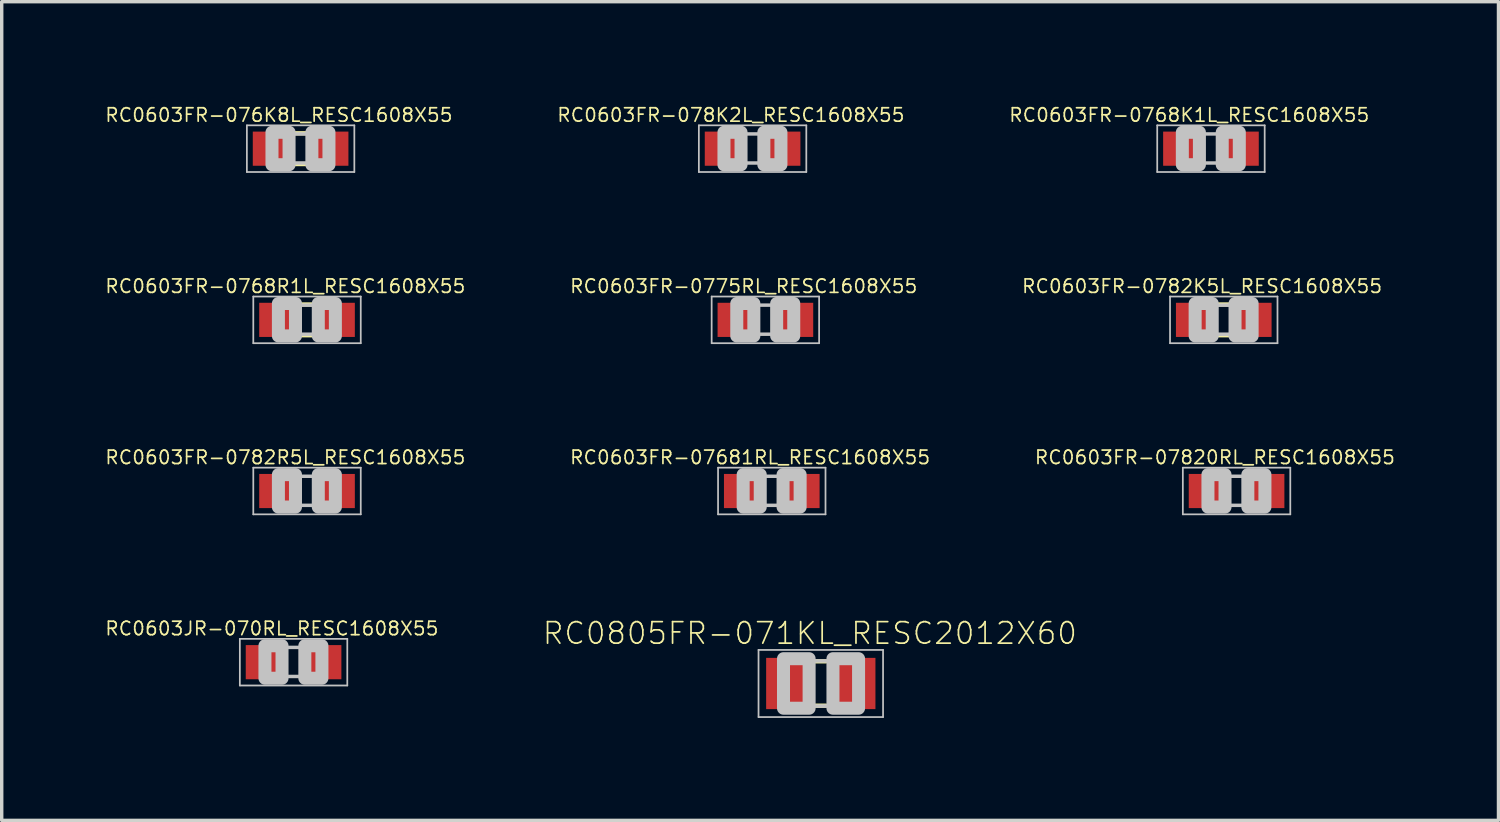
<source format=kicad_pcb>
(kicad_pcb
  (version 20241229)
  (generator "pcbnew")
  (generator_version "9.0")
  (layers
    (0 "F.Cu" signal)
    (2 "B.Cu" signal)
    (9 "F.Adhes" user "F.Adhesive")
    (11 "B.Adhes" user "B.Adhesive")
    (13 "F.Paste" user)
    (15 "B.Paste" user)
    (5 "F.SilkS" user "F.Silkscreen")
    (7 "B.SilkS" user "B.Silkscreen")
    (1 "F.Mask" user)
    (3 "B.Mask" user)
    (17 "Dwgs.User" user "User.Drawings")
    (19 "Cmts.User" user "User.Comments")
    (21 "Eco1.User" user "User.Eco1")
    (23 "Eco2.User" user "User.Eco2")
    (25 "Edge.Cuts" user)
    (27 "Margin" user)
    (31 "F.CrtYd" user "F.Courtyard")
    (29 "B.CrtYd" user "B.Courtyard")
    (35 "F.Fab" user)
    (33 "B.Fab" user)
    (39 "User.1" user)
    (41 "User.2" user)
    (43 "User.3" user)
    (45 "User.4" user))
  (footprint "RC0603FR-0775RL_RESC1608X55"
    (layer "F.Cu")
    (at 19.359 6.315)
    (property "Reference" "RC0603FR-0775RL_RESC1608X55" (at -0.635 -0.985 0) (layer "F.SilkS") (effects (font (size 0.394 0.394) (thickness 0.05))))
    (attr smd)
    (fp_line (start -1.573 -0.683) (end 1.573 -0.683) (stroke (width 0.051) (type solid)) (layer "Dwgs.User"))
    (fp_line (start -1.573 0.683) (end -1.573 -0.683) (stroke (width 0.051) (type solid)) (layer "Dwgs.User"))
    (fp_line (start -0.356 -0.432) (end 0.356 -0.432) (stroke (width 0.102) (type solid)) (layer "Dwgs.User"))
    (fp_line (start -0.356 0.419) (end 0.356 0.419) (stroke (width 0.102) (type solid)) (layer "Dwgs.User"))
    (fp_line (start 1.573 -0.683) (end 1.573 0.683) (stroke (width 0.051) (type solid)) (layer "Dwgs.User"))
    (fp_line (start 1.573 0.683) (end -1.573 0.683) (stroke (width 0.051) (type solid)) (layer "Dwgs.User"))
    (fp_poly (pts (xy -0.838 -0.48) (xy -0.338 -0.48) (xy -0.338 0.47) (xy -0.838 0.47)) (stroke (width 0.381) (type solid)) (fill no) (layer "Dwgs.User"))
    (fp_poly (pts (xy 0.33 -0.48) (xy 0.83 -0.48) (xy 0.83 0.47) (xy 0.33 0.47)) (stroke (width 0.381) (type solid)) (fill no) (layer "Dwgs.User"))
    (pad "1" smd rect (at -0.85 0) (size 1.1 1) (layers "F.Cu" "F.Mask" "F.Paste"))
    (pad "2" smd rect (at 0.85 0) (size 1.1 1) (layers "F.Cu" "F.Mask" "F.Paste")))
  (footprint "RC0603FR-0782K5L_RESC1608X55"
    (layer "F.Cu")
    (at 32.779 6.315)
    (property "Reference" "RC0603FR-0782K5L_RESC1608X55" (at -0.635 -0.985 0) (layer "F.SilkS") (effects (font (size 0.394 0.394) (thickness 0.05))))
    (attr smd)
    (fp_line (start -0.15 -0.45) (end 0.15 -0.45) (stroke (width 0.127) (type solid)) (layer "F.SilkS"))
    (fp_line (start -0.15 0.45) (end 0.15 0.45) (stroke (width 0.127) (type solid)) (layer "F.SilkS"))
    (fp_line (start -1.573 -0.683) (end 1.573 -0.683) (stroke (width 0.051) (type solid)) (layer "Dwgs.User"))
    (fp_line (start -1.573 0.683) (end -1.573 -0.683) (stroke (width 0.051) (type solid)) (layer "Dwgs.User"))
    (fp_line (start -0.356 -0.432) (end 0.356 -0.432) (stroke (width 0.102) (type solid)) (layer "Dwgs.User"))
    (fp_line (start -0.356 0.419) (end 0.356 0.419) (stroke (width 0.102) (type solid)) (layer "Dwgs.User"))
    (fp_line (start 1.573 -0.683) (end 1.573 0.683) (stroke (width 0.051) (type solid)) (layer "Dwgs.User"))
    (fp_line (start 1.573 0.683) (end -1.573 0.683) (stroke (width 0.051) (type solid)) (layer "Dwgs.User"))
    (fp_poly (pts (xy -0.838 -0.48) (xy -0.338 -0.48) (xy -0.338 0.47) (xy -0.838 0.47)) (stroke (width 0.381) (type solid)) (fill no) (layer "Dwgs.User"))
    (fp_poly (pts (xy 0.33 -0.48) (xy 0.83 -0.48) (xy 0.83 0.47) (xy 0.33 0.47)) (stroke (width 0.381) (type solid)) (fill no) (layer "Dwgs.User"))
    (pad "1" smd rect (at -0.85 0) (size 1.1 1) (layers "F.Cu" "F.Mask" "F.Paste"))
    (pad "2" smd rect (at 0.85 0) (size 1.1 1) (layers "F.Cu" "F.Mask" "F.Paste")))
  (footprint "RC0603FR-0768R1L_RESC1608X55"
    (layer "F.Cu")
    (at 5.939 6.315)
    (property "Reference" "RC0603FR-0768R1L_RESC1608X55" (at -0.635 -0.985 0) (layer "F.SilkS") (effects (font (size 0.394 0.394) (thickness 0.05))))
    (attr smd)
    (fp_line (start -0.15 -0.45) (end 0.15 -0.45) (stroke (width 0.127) (type solid)) (layer "F.SilkS"))
    (fp_line (start -0.15 0.45) (end 0.15 0.45) (stroke (width 0.127) (type solid)) (layer "F.SilkS"))
    (fp_line (start -1.573 -0.683) (end 1.573 -0.683) (stroke (width 0.051) (type solid)) (layer "Dwgs.User"))
    (fp_line (start -1.573 0.683) (end -1.573 -0.683) (stroke (width 0.051) (type solid)) (layer "Dwgs.User"))
    (fp_line (start -0.356 -0.432) (end 0.356 -0.432) (stroke (width 0.102) (type solid)) (layer "Dwgs.User"))
    (fp_line (start -0.356 0.419) (end 0.356 0.419) (stroke (width 0.102) (type solid)) (layer "Dwgs.User"))
    (fp_line (start 1.573 -0.683) (end 1.573 0.683) (stroke (width 0.051) (type solid)) (layer "Dwgs.User"))
    (fp_line (start 1.573 0.683) (end -1.573 0.683) (stroke (width 0.051) (type solid)) (layer "Dwgs.User"))
    (fp_poly (pts (xy -0.838 -0.48) (xy -0.338 -0.48) (xy -0.338 0.47) (xy -0.838 0.47)) (stroke (width 0.381) (type solid)) (fill no) (layer "Dwgs.User"))
    (fp_poly (pts (xy 0.33 -0.48) (xy 0.83 -0.48) (xy 0.83 0.47) (xy 0.33 0.47)) (stroke (width 0.381) (type solid)) (fill no) (layer "Dwgs.User"))
    (pad "1" smd rect (at -0.85 0) (size 1.1 1) (layers "F.Cu" "F.Mask" "F.Paste"))
    (pad "2" smd rect (at 0.85 0) (size 1.1 1) (layers "F.Cu" "F.Mask" "F.Paste")))
  (footprint "RC0603FR-078K2L_RESC1608X55"
    (layer "F.Cu")
    (at 18.984 1.303)
    (property "Reference" "RC0603FR-078K2L_RESC1608X55" (at -0.635 -0.985 0) (layer "F.SilkS") (effects (font (size 0.394 0.394) (thickness 0.05))))
    (attr smd)
    (fp_line (start -1.573 -0.683) (end 1.573 -0.683) (stroke (width 0.051) (type solid)) (layer "Dwgs.User"))
    (fp_line (start -1.573 0.683) (end -1.573 -0.683) (stroke (width 0.051) (type solid)) (layer "Dwgs.User"))
    (fp_line (start -0.356 -0.432) (end 0.356 -0.432) (stroke (width 0.102) (type solid)) (layer "Dwgs.User"))
    (fp_line (start -0.356 0.419) (end 0.356 0.419) (stroke (width 0.102) (type solid)) (layer "Dwgs.User"))
    (fp_line (start 1.573 -0.683) (end 1.573 0.683) (stroke (width 0.051) (type solid)) (layer "Dwgs.User"))
    (fp_line (start 1.573 0.683) (end -1.573 0.683) (stroke (width 0.051) (type solid)) (layer "Dwgs.User"))
    (fp_poly (pts (xy -0.838 -0.48) (xy -0.338 -0.48) (xy -0.338 0.47) (xy -0.838 0.47)) (stroke (width 0.381) (type solid)) (fill no) (layer "Dwgs.User"))
    (fp_poly (pts (xy 0.33 -0.48) (xy 0.83 -0.48) (xy 0.83 0.47) (xy 0.33 0.47)) (stroke (width 0.381) (type solid)) (fill no) (layer "Dwgs.User"))
    (pad "1" smd rect (at -0.85 0) (size 1.1 1) (layers "F.Cu" "F.Mask" "F.Paste"))
    (pad "2" smd rect (at 0.85 0) (size 1.1 1) (layers "F.Cu" "F.Mask" "F.Paste")))
  (footprint "RC0805FR-071KL_RESC2012X60"
    (layer "F.Cu")
    (at 20.981 16.961)
    (property "Reference" "RC0805FR-071KL_RESC2012X60" (at -0.32 -1.47 0) (layer "F.SilkS") (effects (font (size 0.63 0.63) (thickness 0.05))))
    (attr smd)
    (fp_line (start -0.15 -0.65) (end 0.15 -0.65) (stroke (width 0.127) (type solid)) (layer "F.SilkS"))
    (fp_line (start -0.15 0.65) (end 0.15 0.65) (stroke (width 0.127) (type solid)) (layer "F.SilkS"))
    (fp_line (start -1.823 -0.983) (end 1.823 -0.983) (stroke (width 0.051) (type solid)) (layer "Dwgs.User"))
    (fp_line (start -1.823 0.983) (end -1.823 -0.983) (stroke (width 0.051) (type solid)) (layer "Dwgs.User"))
    (fp_line (start -0.381 -0.66) (end 0.381 -0.66) (stroke (width 0.102) (type solid)) (layer "Dwgs.User"))
    (fp_line (start -0.356 0.66) (end 0.381 0.66) (stroke (width 0.102) (type solid)) (layer "Dwgs.User"))
    (fp_line (start 1.823 -0.983) (end 1.823 0.983) (stroke (width 0.051) (type solid)) (layer "Dwgs.User"))
    (fp_line (start 1.823 0.983) (end -1.823 0.983) (stroke (width 0.051) (type solid)) (layer "Dwgs.User"))
    (fp_poly (pts (xy -1.092 -0.726) (xy -0.342 -0.726) (xy -0.342 0.724) (xy -1.092 0.724)) (stroke (width 0.381) (type solid)) (fill no) (layer "Dwgs.User"))
    (fp_poly (pts (xy 0.356 -0.726) (xy 1.106 -0.726) (xy 1.106 0.724) (xy 0.356 0.724)) (stroke (width 0.381) (type solid)) (fill no) (layer "Dwgs.User"))
    (pad "1" smd rect (at -0.95 0) (size 1.3 1.5) (layers "F.Cu" "F.Mask" "F.Paste"))
    (pad "2" smd rect (at 0.95 0) (size 1.3 1.5) (layers "F.Cu" "F.Mask" "F.Paste")))
  (footprint "RC0603JR-070RL_RESC1608X55"
    (layer "F.Cu")
    (at 5.545 16.337)
    (property "Reference" "RC0603JR-070RL_RESC1608X55" (at -0.635 -0.985 0) (layer "F.SilkS") (effects (font (size 0.394 0.394) (thickness 0.05))))
    (attr smd)
    (fp_line (start -1.573 -0.683) (end 1.573 -0.683) (stroke (width 0.051) (type solid)) (layer "Dwgs.User"))
    (fp_line (start -1.573 0.683) (end -1.573 -0.683) (stroke (width 0.051) (type solid)) (layer "Dwgs.User"))
    (fp_line (start -0.356 -0.432) (end 0.356 -0.432) (stroke (width 0.102) (type solid)) (layer "Dwgs.User"))
    (fp_line (start -0.356 0.419) (end 0.356 0.419) (stroke (width 0.102) (type solid)) (layer "Dwgs.User"))
    (fp_line (start 1.573 -0.683) (end 1.573 0.683) (stroke (width 0.051) (type solid)) (layer "Dwgs.User"))
    (fp_line (start 1.573 0.683) (end -1.573 0.683) (stroke (width 0.051) (type solid)) (layer "Dwgs.User"))
    (fp_poly (pts (xy -0.838 -0.48) (xy -0.338 -0.48) (xy -0.338 0.47) (xy -0.838 0.47)) (stroke (width 0.381) (type solid)) (fill no) (layer "Dwgs.User"))
    (fp_poly (pts (xy 0.33 -0.48) (xy 0.83 -0.48) (xy 0.83 0.47) (xy 0.33 0.47)) (stroke (width 0.381) (type solid)) (fill no) (layer "Dwgs.User"))
    (pad "1" smd rect (at -0.85 0) (size 1.1 1) (layers "F.Cu" "F.Mask" "F.Paste"))
    (pad "2" smd rect (at 0.85 0) (size 1.1 1) (layers "F.Cu" "F.Mask" "F.Paste")))
  (footprint "RC0603FR-076K8L_RESC1608X55"
    (layer "F.Cu")
    (at 5.751 1.303)
    (property "Reference" "RC0603FR-076K8L_RESC1608X55" (at -0.635 -0.985 0) (layer "F.SilkS") (effects (font (size 0.394 0.394) (thickness 0.05))))
    (attr smd)
    (fp_line (start -0.15 -0.45) (end 0.15 -0.45) (stroke (width 0.127) (type solid)) (layer "F.SilkS"))
    (fp_line (start -0.15 0.45) (end 0.15 0.45) (stroke (width 0.127) (type solid)) (layer "F.SilkS"))
    (fp_line (start -1.573 -0.683) (end 1.573 -0.683) (stroke (width 0.051) (type solid)) (layer "Dwgs.User"))
    (fp_line (start -1.573 0.683) (end -1.573 -0.683) (stroke (width 0.051) (type solid)) (layer "Dwgs.User"))
    (fp_line (start -0.356 -0.432) (end 0.356 -0.432) (stroke (width 0.102) (type solid)) (layer "Dwgs.User"))
    (fp_line (start -0.356 0.419) (end 0.356 0.419) (stroke (width 0.102) (type solid)) (layer "Dwgs.User"))
    (fp_line (start 1.573 -0.683) (end 1.573 0.683) (stroke (width 0.051) (type solid)) (layer "Dwgs.User"))
    (fp_line (start 1.573 0.683) (end -1.573 0.683) (stroke (width 0.051) (type solid)) (layer "Dwgs.User"))
    (fp_poly (pts (xy -0.838 -0.48) (xy -0.338 -0.48) (xy -0.338 0.47) (xy -0.838 0.47)) (stroke (width 0.381) (type solid)) (fill no) (layer "Dwgs.User"))
    (fp_poly (pts (xy 0.33 -0.48) (xy 0.83 -0.48) (xy 0.83 0.47) (xy 0.33 0.47)) (stroke (width 0.381) (type solid)) (fill no) (layer "Dwgs.User"))
    (pad "1" smd rect (at -0.85 0) (size 1.1 1) (layers "F.Cu" "F.Mask" "F.Paste"))
    (pad "2" smd rect (at 0.85 0) (size 1.1 1) (layers "F.Cu" "F.Mask" "F.Paste")))
  (footprint "RC0603FR-0782R5L_RESC1608X55"
    (layer "F.Cu")
    (at 5.939 11.326)
    (property "Reference" "RC0603FR-0782R5L_RESC1608X55" (at -0.635 -0.985 0) (layer "F.SilkS") (effects (font (size 0.394 0.394) (thickness 0.05))))
    (attr smd)
    (fp_line (start -1.573 -0.683) (end 1.573 -0.683) (stroke (width 0.051) (type solid)) (layer "Dwgs.User"))
    (fp_line (start -1.573 0.683) (end -1.573 -0.683) (stroke (width 0.051) (type solid)) (layer "Dwgs.User"))
    (fp_line (start -0.356 -0.432) (end 0.356 -0.432) (stroke (width 0.102) (type solid)) (layer "Dwgs.User"))
    (fp_line (start -0.356 0.419) (end 0.356 0.419) (stroke (width 0.102) (type solid)) (layer "Dwgs.User"))
    (fp_line (start 1.573 -0.683) (end 1.573 0.683) (stroke (width 0.051) (type solid)) (layer "Dwgs.User"))
    (fp_line (start 1.573 0.683) (end -1.573 0.683) (stroke (width 0.051) (type solid)) (layer "Dwgs.User"))
    (fp_poly (pts (xy -0.838 -0.48) (xy -0.338 -0.48) (xy -0.338 0.47) (xy -0.838 0.47)) (stroke (width 0.381) (type solid)) (fill no) (layer "Dwgs.User"))
    (fp_poly (pts (xy 0.33 -0.48) (xy 0.83 -0.48) (xy 0.83 0.47) (xy 0.33 0.47)) (stroke (width 0.381) (type solid)) (fill no) (layer "Dwgs.User"))
    (pad "1" smd rect (at -0.85 0) (size 1.1 1) (layers "F.Cu" "F.Mask" "F.Paste"))
    (pad "2" smd rect (at 0.85 0) (size 1.1 1) (layers "F.Cu" "F.Mask" "F.Paste")))
  (footprint "RC0603FR-0768K1L_RESC1608X55"
    (layer "F.Cu")
    (at 32.404 1.303)
    (property "Reference" "RC0603FR-0768K1L_RESC1608X55" (at -0.635 -0.985 0) (layer "F.SilkS") (effects (font (size 0.394 0.394) (thickness 0.05))))
    (attr smd)
    (fp_line (start -1.573 -0.683) (end 1.573 -0.683) (stroke (width 0.051) (type solid)) (layer "Dwgs.User"))
    (fp_line (start -1.573 0.683) (end -1.573 -0.683) (stroke (width 0.051) (type solid)) (layer "Dwgs.User"))
    (fp_line (start -0.356 -0.432) (end 0.356 -0.432) (stroke (width 0.102) (type solid)) (layer "Dwgs.User"))
    (fp_line (start -0.356 0.419) (end 0.356 0.419) (stroke (width 0.102) (type solid)) (layer "Dwgs.User"))
    (fp_line (start 1.573 -0.683) (end 1.573 0.683) (stroke (width 0.051) (type solid)) (layer "Dwgs.User"))
    (fp_line (start 1.573 0.683) (end -1.573 0.683) (stroke (width 0.051) (type solid)) (layer "Dwgs.User"))
    (fp_poly (pts (xy -0.838 -0.48) (xy -0.338 -0.48) (xy -0.338 0.47) (xy -0.838 0.47)) (stroke (width 0.381) (type solid)) (fill no) (layer "Dwgs.User"))
    (fp_poly (pts (xy 0.33 -0.48) (xy 0.83 -0.48) (xy 0.83 0.47) (xy 0.33 0.47)) (stroke (width 0.381) (type solid)) (fill no) (layer "Dwgs.User"))
    (pad "1" smd rect (at -0.85 0) (size 1.1 1) (layers "F.Cu" "F.Mask" "F.Paste"))
    (pad "2" smd rect (at 0.85 0) (size 1.1 1) (layers "F.Cu" "F.Mask" "F.Paste")))
  (footprint "RC0603FR-07681RL_RESC1608X55"
    (layer "F.Cu")
    (at 19.546 11.326)
    (property "Reference" "RC0603FR-07681RL_RESC1608X55" (at -0.635 -0.985 0) (layer "F.SilkS") (effects (font (size 0.394 0.394) (thickness 0.05))))
    (attr smd)
    (fp_line (start -1.573 -0.683) (end 1.573 -0.683) (stroke (width 0.051) (type solid)) (layer "Dwgs.User"))
    (fp_line (start -1.573 0.683) (end -1.573 -0.683) (stroke (width 0.051) (type solid)) (layer "Dwgs.User"))
    (fp_line (start -0.356 -0.432) (end 0.356 -0.432) (stroke (width 0.102) (type solid)) (layer "Dwgs.User"))
    (fp_line (start -0.356 0.419) (end 0.356 0.419) (stroke (width 0.102) (type solid)) (layer "Dwgs.User"))
    (fp_line (start 1.573 -0.683) (end 1.573 0.683) (stroke (width 0.051) (type solid)) (layer "Dwgs.User"))
    (fp_line (start 1.573 0.683) (end -1.573 0.683) (stroke (width 0.051) (type solid)) (layer "Dwgs.User"))
    (fp_poly (pts (xy -0.838 -0.48) (xy -0.338 -0.48) (xy -0.338 0.47) (xy -0.838 0.47)) (stroke (width 0.381) (type solid)) (fill no) (layer "Dwgs.User"))
    (fp_poly (pts (xy 0.33 -0.48) (xy 0.83 -0.48) (xy 0.83 0.47) (xy 0.33 0.47)) (stroke (width 0.381) (type solid)) (fill no) (layer "Dwgs.User"))
    (pad "1" smd rect (at -0.85 0) (size 1.1 1) (layers "F.Cu" "F.Mask" "F.Paste"))
    (pad "2" smd rect (at 0.85 0) (size 1.1 1) (layers "F.Cu" "F.Mask" "F.Paste")))
  (footprint "RC0603FR-07820RL_RESC1608X55"
    (layer "F.Cu")
    (at 33.154 11.326)
    (property "Reference" "RC0603FR-07820RL_RESC1608X55" (at -0.635 -0.985 0) (layer "F.SilkS") (effects (font (size 0.394 0.394) (thickness 0.05))))
    (attr smd)
    (fp_line (start -1.573 -0.683) (end 1.573 -0.683) (stroke (width 0.051) (type solid)) (layer "Dwgs.User"))
    (fp_line (start -1.573 0.683) (end -1.573 -0.683) (stroke (width 0.051) (type solid)) (layer "Dwgs.User"))
    (fp_line (start -0.356 -0.432) (end 0.356 -0.432) (stroke (width 0.102) (type solid)) (layer "Dwgs.User"))
    (fp_line (start -0.356 0.419) (end 0.356 0.419) (stroke (width 0.102) (type solid)) (layer "Dwgs.User"))
    (fp_line (start 1.573 -0.683) (end 1.573 0.683) (stroke (width 0.051) (type solid)) (layer "Dwgs.User"))
    (fp_line (start 1.573 0.683) (end -1.573 0.683) (stroke (width 0.051) (type solid)) (layer "Dwgs.User"))
    (fp_poly (pts (xy -0.838 -0.48) (xy -0.338 -0.48) (xy -0.338 0.47) (xy -0.838 0.47)) (stroke (width 0.381) (type solid)) (fill no) (layer "Dwgs.User"))
    (fp_poly (pts (xy 0.33 -0.48) (xy 0.83 -0.48) (xy 0.83 0.47) (xy 0.33 0.47)) (stroke (width 0.381) (type solid)) (fill no) (layer "Dwgs.User"))
    (pad "1" smd rect (at -0.85 0) (size 1.1 1) (layers "F.Cu" "F.Mask" "F.Paste"))
    (pad "2" smd rect (at 0.85 0) (size 1.1 1) (layers "F.Cu" "F.Mask" "F.Paste")))
  (gr_rect
    (start -3 -3)
    (end 40.822 20.969)
    (stroke (width 0.1) (type default))
    (fill no)
    (layer "Edge.Cuts")))
</source>
